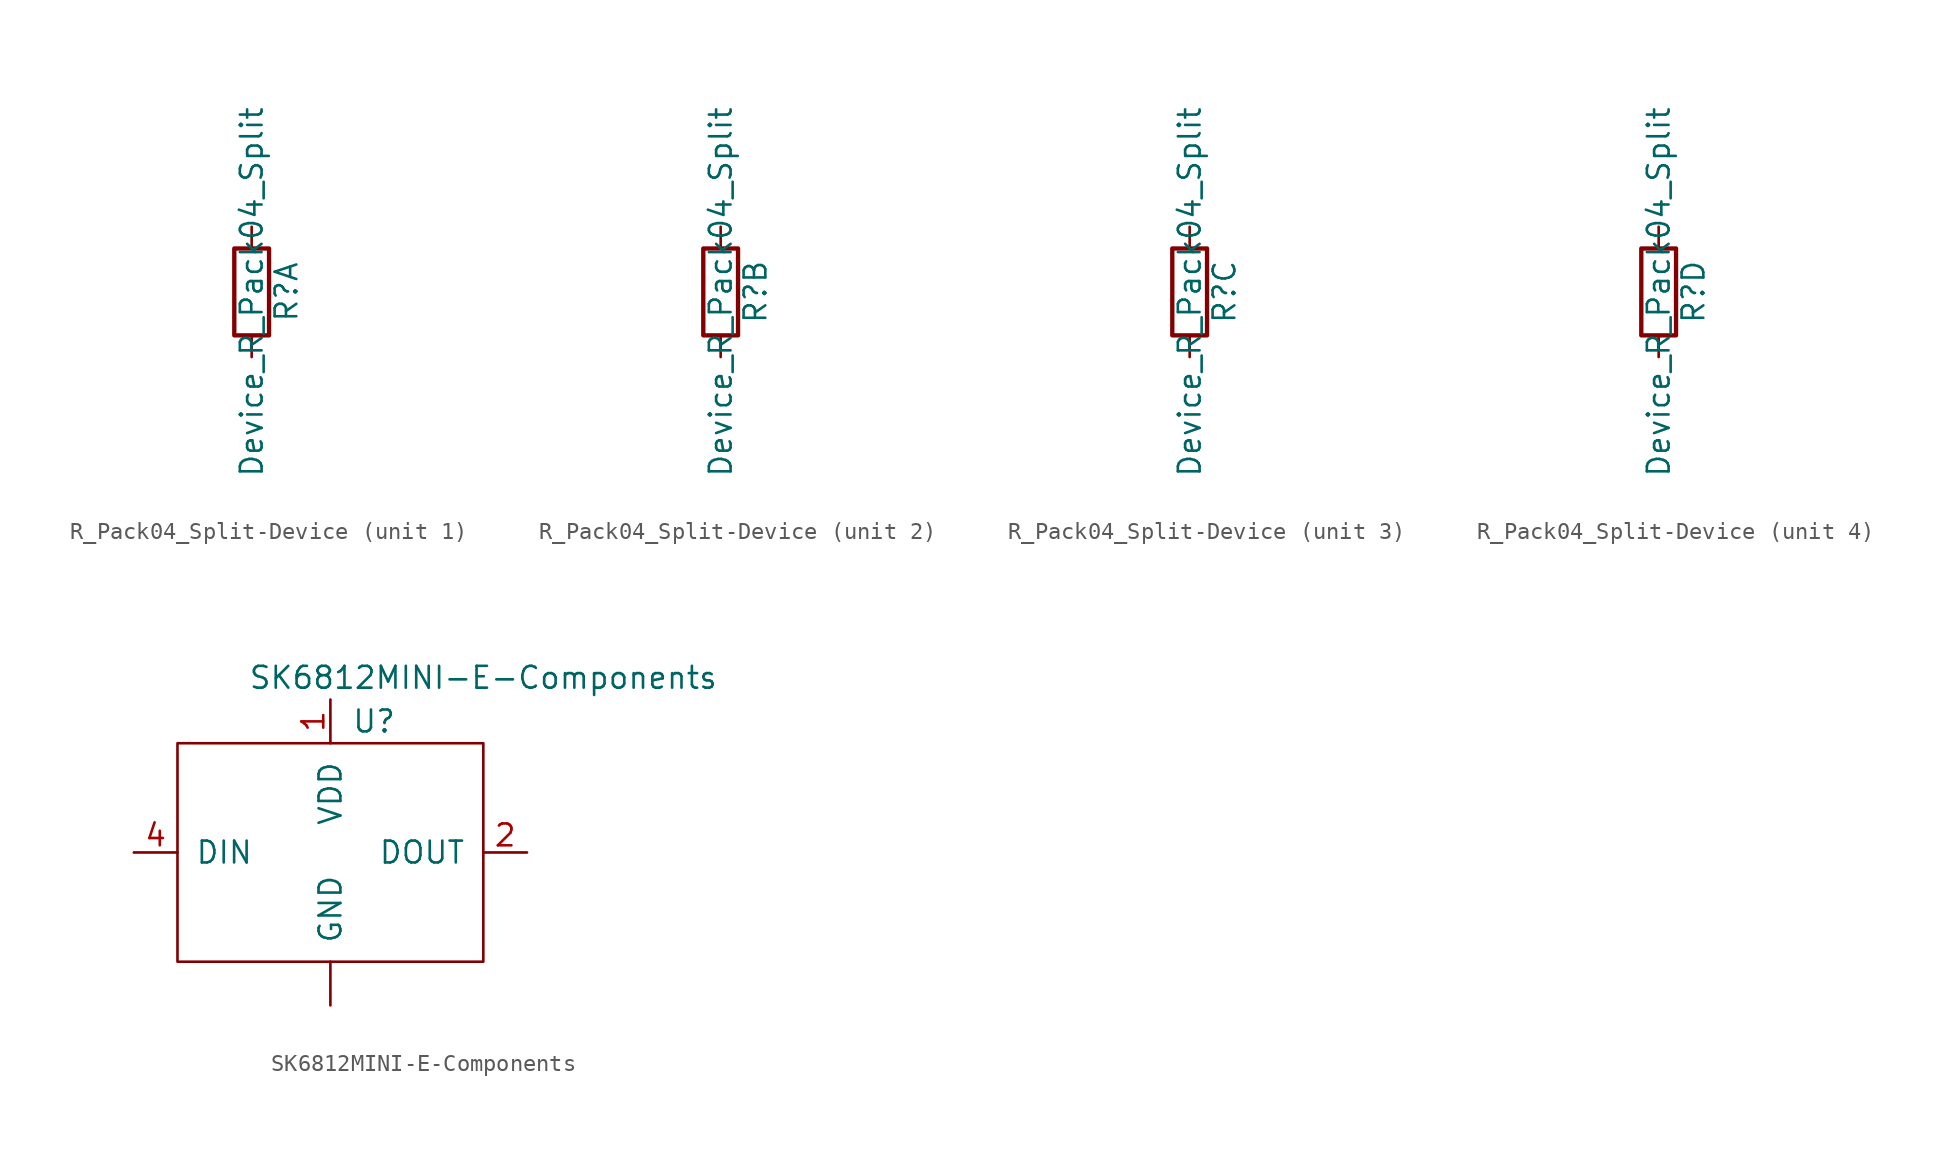
<source format=kicad_sym>
(kicad_symbol_lib
  (version 20220914)
  (generator kicad_symbol_editor)
  (symbol "R_Pack04_Split-Device"
    (pin_numbers hide)
    (pin_names
      (offset 0))
    (property "Reference" "R"
      (at 2.032 0 90)
      (effects (font (size 1.27 1.27))))
    (property "Value" "Device_R_Pack04_Split"
      (at 0 0 90)
      (effects (font (size 1.27 1.27))))
    (symbol "R_Pack04_Split-Device_0_1"
      (rectangle (start -1.016 -2.54) (end 1.016 2.54) (stroke (width 0.254) (type solid)) (fill (type none))))
    (symbol "R_Pack04_Split-Device_1_1"
      (pin passive line (at 0 -3.81 90) (length 1.27) (name "~" (effects (font (size 1.27 1.27)))) (number "1" (effects (font (size 1.27 1.27)))))
      (pin passive line (at 0 3.81 270) (length 1.27) (name "~" (effects (font (size 1.27 1.27)))) (number "8" (effects (font (size 1.27 1.27))))))
    (symbol "R_Pack04_Split-Device_2_1"
      (pin passive line (at 0 -3.81 90) (length 1.27) (name "~" (effects (font (size 1.27 1.27)))) (number "2" (effects (font (size 1.27 1.27)))))
      (pin passive line (at 0 3.81 270) (length 1.27) (name "~" (effects (font (size 1.27 1.27)))) (number "7" (effects (font (size 1.27 1.27))))))
    (symbol "R_Pack04_Split-Device_3_1"
      (pin passive line (at 0 -3.81 90) (length 1.27) (name "~" (effects (font (size 1.27 1.27)))) (number "3" (effects (font (size 1.27 1.27)))))
      (pin passive line (at 0 3.81 270) (length 1.27) (name "~" (effects (font (size 1.27 1.27)))) (number "6" (effects (font (size 1.27 1.27))))))
    (symbol "R_Pack04_Split-Device_4_1"
      (pin passive line (at 0 -3.81 90) (length 1.27) (name "~" (effects (font (size 1.27 1.27)))) (number "4" (effects (font (size 1.27 1.27)))))
      (pin passive line (at 0 3.81 270) (length 1.27) (name "~" (effects (font (size 1.27 1.27)))) (number "5" (effects (font (size 1.27 1.27)))))))
  (symbol "SK6812MINI-E-Components"
    (pin_names
      (offset 1.016))
    (property "Reference" "U"
      (at 2.54 1.27 0)
      (effects (font (size 1.27 1.27))))
    (property "Value" "SK6812MINI-E-Components"
      (at 8.89 3.81 0)
      (effects (font (size 1.27 1.27))))
    (symbol "SK6812MINI-E-Components_0_1"
      (rectangle (start -8.89 0) (end 8.89 -12.7) (stroke (width 0) (type solid)) (fill (type none))))
    (symbol "SK6812MINI-E-Components_1_1"
      (pin input line (at 0 2.54 270) (length 2.54) (name "VDD" (effects (font (size 1.27 1.27)))) (number "1" (effects (font (size 1.27 1.27)))))
      (pin input line (at 11.43 -6.35 180) (length 2.54) (name "DOUT" (effects (font (size 1.27 1.27)))) (number "2" (effects (font (size 1.27 1.27)))))
      (pin input line (at -11.43 -6.35 0) (length 2.54) (name "DIN" (effects (font (size 1.27 1.27)))) (number "4" (effects (font (size 1.27 1.27)))))
      (pin input line (at 0 -15.24 90) (length 2.54) (name "GND" (effects (font (size 1.27 1.27)))) (number "~" (effects (font (size 1.27 1.27))))))))
</source>
